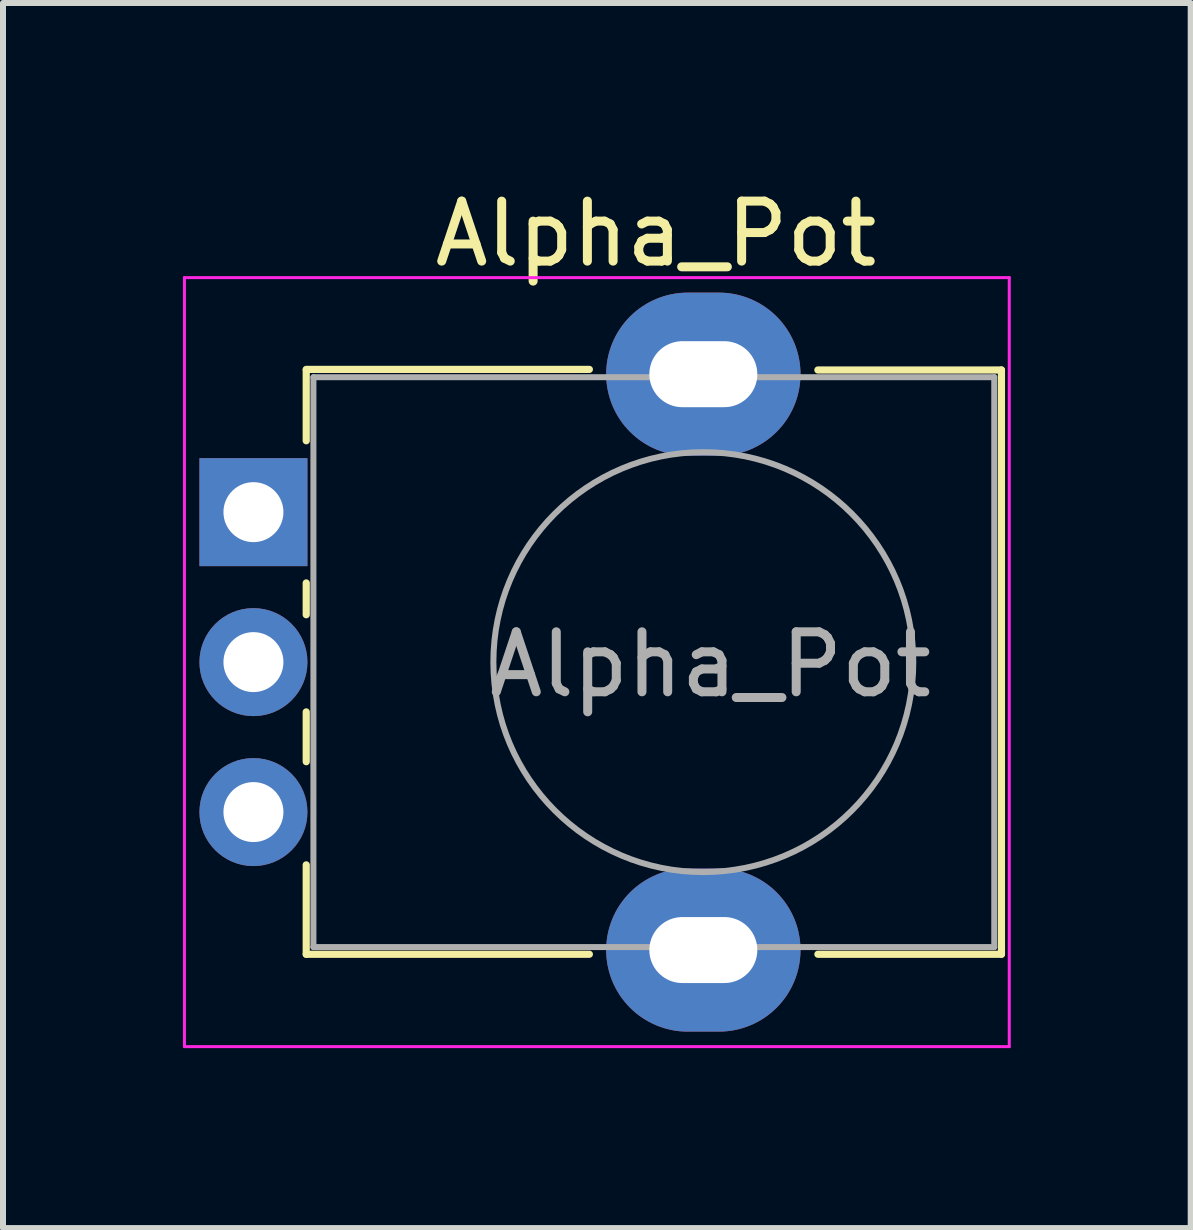
<source format=kicad_pcb>
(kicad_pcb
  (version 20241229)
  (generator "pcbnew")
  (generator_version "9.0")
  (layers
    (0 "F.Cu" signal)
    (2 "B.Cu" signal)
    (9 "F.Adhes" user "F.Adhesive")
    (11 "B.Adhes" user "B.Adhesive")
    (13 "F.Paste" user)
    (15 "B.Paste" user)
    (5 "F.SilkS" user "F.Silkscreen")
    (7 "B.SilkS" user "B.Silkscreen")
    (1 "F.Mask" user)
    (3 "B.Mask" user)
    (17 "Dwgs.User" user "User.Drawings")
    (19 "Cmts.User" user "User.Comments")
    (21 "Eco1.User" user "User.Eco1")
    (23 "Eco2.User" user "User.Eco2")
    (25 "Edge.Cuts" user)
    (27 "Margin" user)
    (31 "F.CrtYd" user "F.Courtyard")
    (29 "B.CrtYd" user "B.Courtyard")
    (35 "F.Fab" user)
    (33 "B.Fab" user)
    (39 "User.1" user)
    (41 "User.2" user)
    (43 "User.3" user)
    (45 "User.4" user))
  (footprint "Alpha_Pot"
    (layer "F.Cu")
    (at 1.175 5.488)
    (property "Reference" "Alpha_Pot" (at 6.71 -4.64 180) (layer "F.SilkS") (effects (font (size 1 1) (thickness 0.15))))
    (attr through_hole)
    (fp_line (start 0.88 -2.38) (end 5.6 -2.38) (stroke (width 0.12) (type solid)) (layer "F.SilkS"))
    (fp_line (start 0.88 -1.19) (end 0.88 -2.37) (stroke (width 0.12) (type solid)) (layer "F.SilkS"))
    (fp_line (start 0.88 1.71) (end 0.88 1.18) (stroke (width 0.12) (type solid)) (layer "F.SilkS"))
    (fp_line (start 0.88 4.16) (end 0.88 3.33) (stroke (width 0.12) (type solid)) (layer "F.SilkS"))
    (fp_line (start 0.88 7.37) (end 0.88 5.88) (stroke (width 0.12) (type solid)) (layer "F.SilkS"))
    (fp_line (start 0.88 7.37) (end 5.6 7.37) (stroke (width 0.12) (type solid)) (layer "F.SilkS"))
    (fp_line (start 9.41 -2.37) (end 12.47 -2.37) (stroke (width 0.12) (type solid)) (layer "F.SilkS"))
    (fp_line (start 9.41 7.37) (end 12.47 7.37) (stroke (width 0.12) (type solid)) (layer "F.SilkS"))
    (fp_line (start 12.47 7.37) (end 12.47 -2.37) (stroke (width 0.12) (type solid)) (layer "F.SilkS"))
    (fp_line (start -1.15 -3.91) (end -1.15 8.91) (stroke (width 0.05) (type solid)) (layer "F.CrtYd"))
    (fp_line (start -1.15 8.91) (end 12.6 8.91) (stroke (width 0.05) (type solid)) (layer "F.CrtYd"))
    (fp_line (start 12.6 -3.91) (end -1.15 -3.91) (stroke (width 0.05) (type solid)) (layer "F.CrtYd"))
    (fp_line (start 12.6 8.91) (end 12.6 -3.91) (stroke (width 0.05) (type solid)) (layer "F.CrtYd"))
    (fp_line (start 1 -2.25) (end 12.35 -2.25) (stroke (width 0.1) (type solid)) (layer "F.Fab"))
    (fp_line (start 1 7.25) (end 1 -2.25) (stroke (width 0.1) (type solid)) (layer "F.Fab"))
    (fp_line (start 1 7.25) (end 12.35 7.25) (stroke (width 0.1) (type solid)) (layer "F.Fab"))
    (fp_line (start 12.35 7.25) (end 12.35 -2.25) (stroke (width 0.1) (type solid)) (layer "F.Fab"))
    (fp_circle (center 7.5 2.5) (end 7.5 -1) (stroke (width 0.1) (type solid)) (fill no) (layer "F.Fab"))
    (fp_text user "${REFERENCE}" (at 7.62 2.54 0) (layer "F.Fab") (effects (font (size 1 1) (thickness 0.15))))
    (pad "" thru_hole oval (at 7.5 -2.3 90) (size 2.72 3.24) (drill oval 1.1 1.8) (layers "*.Cu" "*.Mask"))
    (pad "" thru_hole oval (at 7.5 7.3 90) (size 2.72 3.24) (drill oval 1.1 1.8) (layers "*.Cu" "*.Mask"))
    (pad "1" thru_hole rect (at 0 0 90) (size 1.8 1.8) (drill 1) (layers "*.Cu" "*.Mask"))
    (pad "2" thru_hole circle (at 0 2.5 90) (size 1.8 1.8) (drill 1) (layers "*.Cu" "*.Mask"))
    (pad "3" thru_hole circle (at 0 5 90) (size 1.8 1.8) (drill 1) (layers "*.Cu" "*.Mask")))
  (gr_rect
    (start -3 -3)
    (end 16.8 17.423)
    (stroke (width 0.1) (type default))
    (fill no)
    (layer "Edge.Cuts")))
</source>
